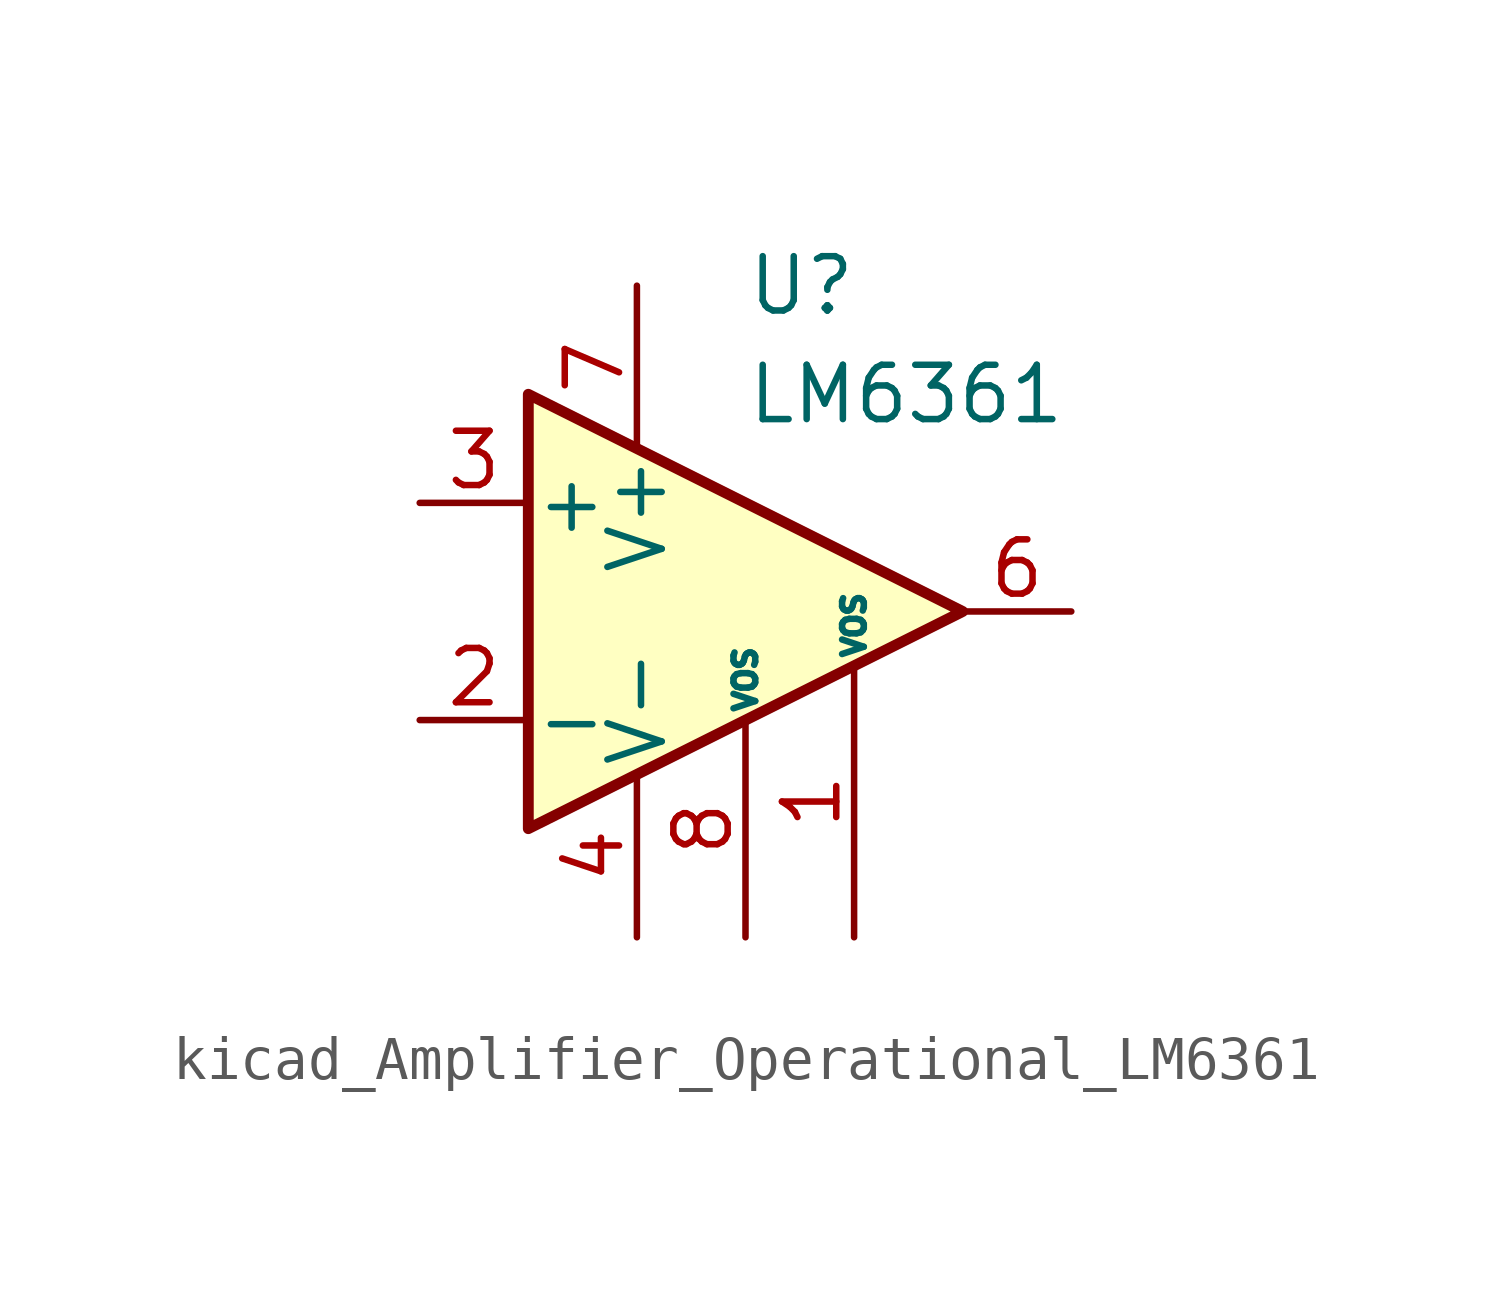
<source format=kicad_sym>
(kicad_symbol_lib
  (version 20220914)
  (generator kicad_symbol_editor)
  (symbol "kicad_Amplifier_Operational_LM6361"
    (pin_names
      (offset 0.127))
    (property "Reference" "U"
      (at 0 7.62 0)
      (effects (font (size 1.27 1.27)) (justify left)))
    (property "Value" "LM6361"
      (at 0 5.08 0)
      (effects (font (size 1.27 1.27)) (justify left)))
    (symbol "kicad_Amplifier_Operational_LM6361_0_1"
      (polyline (pts (xy -5.08 5.08) (xy 5.08 0) (xy -5.08 -5.08) (xy -5.08 5.08)) (stroke (width 0.254) (type default)) (fill (type background)))
      (pin no_connect line (at 0 2.54 270) (length 2.54) hide (name "NC" (effects (font (size 1.27 1.27)))) (number "5" (effects (font (size 1.27 1.27))))))
    (symbol "kicad_Amplifier_Operational_LM6361_1_1"
      (pin passive line (at 2.54 -7.62 90) (length 6.35) (name "VOS" (effects (font (size 0.508 0.508)))) (number "1" (effects (font (size 1.27 1.27)))))
      (pin input line (at -7.62 -2.54 0) (length 2.54) (name "-" (effects (font (size 1.27 1.27)))) (number "2" (effects (font (size 1.27 1.27)))))
      (pin input line (at -7.62 2.54 0) (length 2.54) (name "+" (effects (font (size 1.27 1.27)))) (number "3" (effects (font (size 1.27 1.27)))))
      (pin power_in line (at -2.54 -7.62 90) (length 3.81) (name "V-" (effects (font (size 1.27 1.27)))) (number "4" (effects (font (size 1.27 1.27)))))
      (pin output line (at 7.62 0 180) (length 2.54) (name "~" (effects (font (size 1.27 1.27)))) (number "6" (effects (font (size 1.27 1.27)))))
      (pin power_in line (at -2.54 7.62 270) (length 3.81) (name "V+" (effects (font (size 1.27 1.27)))) (number "7" (effects (font (size 1.27 1.27)))))
      (pin passive line (at 0 -7.62 90) (length 5.08) (name "VOS" (effects (font (size 0.508 0.508)))) (number "8" (effects (font (size 1.27 1.27))))))))
</source>
